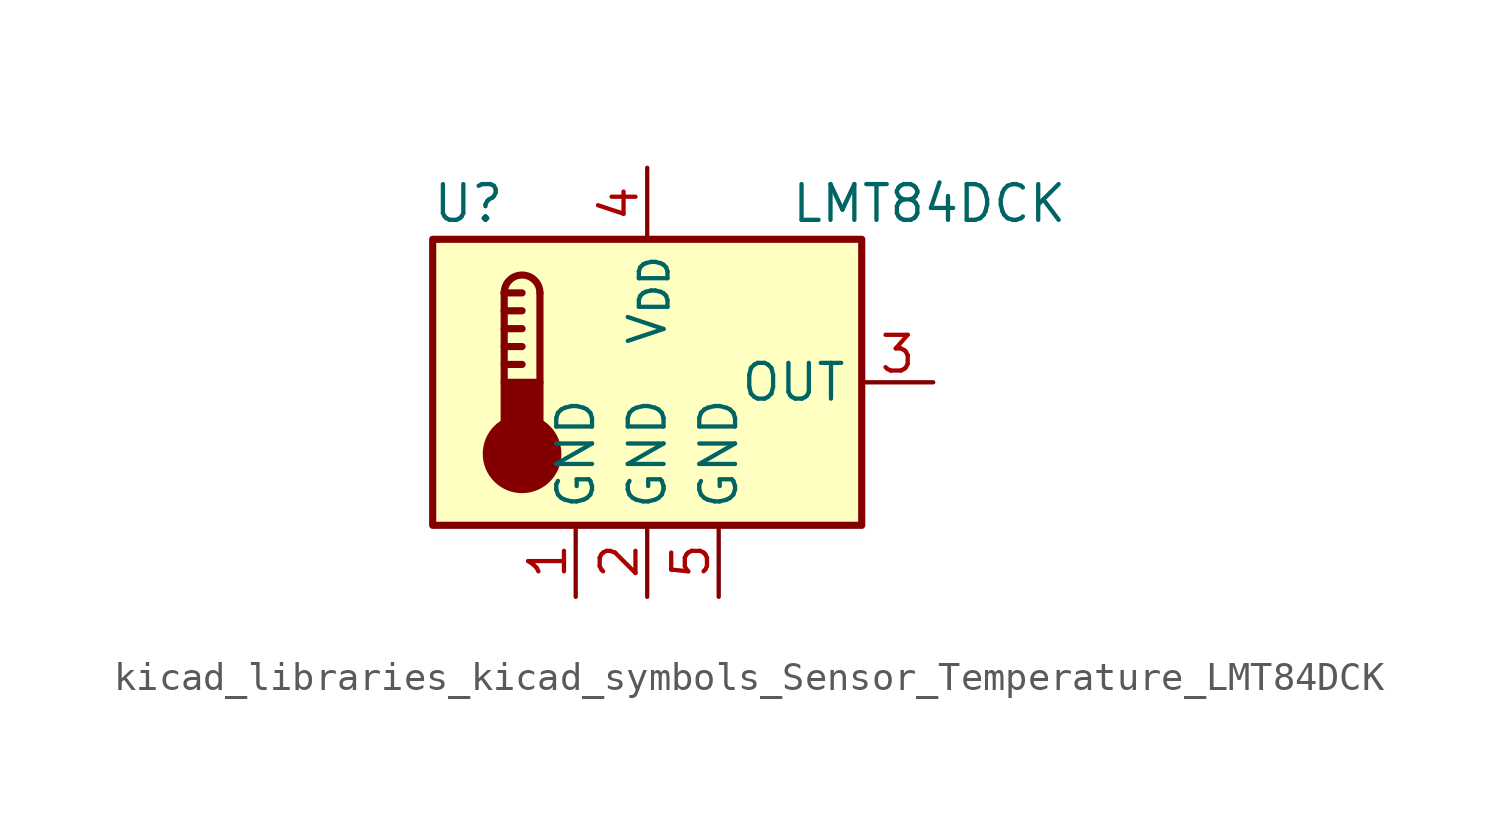
<source format=kicad_sym>
(kicad_symbol_lib
  (version 20220914)
  (generator kicad_symbol_editor)
  (symbol "kicad_libraries_kicad_symbols_Sensor_Temperature_LMT84DCK"
    (property "Reference" "U"
      (at -6.35 6.35 0)
      (effects (font (size 1.27 1.27))))
    (property "Value" "LMT84DCK"
      (at 5.08 6.35 0)
      (effects (font (size 1.27 1.27)) (justify left)))
    (symbol "kicad_libraries_kicad_symbols_Sensor_Temperature_LMT84DCK_0_1"
      (rectangle (start -7.62 5.08) (end 7.62 -5.08) (stroke (width 0.254) (type default)) (fill (type background)))
      (circle (center -4.445 -2.54) (radius 1.27) (stroke (width 0.254) (type default)) (fill (type outline)))
      (rectangle (start -3.81 -1.905) (end -5.08 0) (stroke (width 0.254) (type default)) (fill (type outline)))
      (arc (start -3.81 3.175) (mid -4.445 3.8073) (end -5.08 3.175) (stroke (width 0.254) (type default)) (fill (type none)))
      (polyline (pts (xy -5.08 0.635) (xy -4.445 0.635)) (stroke (width 0.254) (type default)) (fill (type none)))
      (polyline (pts (xy -5.08 1.27) (xy -4.445 1.27)) (stroke (width 0.254) (type default)) (fill (type none)))
      (polyline (pts (xy -5.08 1.905) (xy -4.445 1.905)) (stroke (width 0.254) (type default)) (fill (type none)))
      (polyline (pts (xy -5.08 2.54) (xy -4.445 2.54)) (stroke (width 0.254) (type default)) (fill (type none)))
      (polyline (pts (xy -5.08 3.175) (xy -5.08 0)) (stroke (width 0.254) (type default)) (fill (type none)))
      (polyline (pts (xy -5.08 3.175) (xy -4.445 3.175)) (stroke (width 0.254) (type default)) (fill (type none)))
      (polyline (pts (xy -3.81 3.175) (xy -3.81 0)) (stroke (width 0.254) (type default)) (fill (type none))))
    (symbol "kicad_libraries_kicad_symbols_Sensor_Temperature_LMT84DCK_1_1"
      (pin power_in line (at -2.54 -7.62 90) (length 2.54) (name "GND" (effects (font (size 1.27 1.27)))) (number "1" (effects (font (size 1.27 1.27)))))
      (pin power_in line (at 0 -7.62 90) (length 2.54) (name "GND" (effects (font (size 1.27 1.27)))) (number "2" (effects (font (size 1.27 1.27)))))
      (pin output line (at 10.16 0 180) (length 2.54) (name "OUT" (effects (font (size 1.27 1.27)))) (number "3" (effects (font (size 1.27 1.27)))))
      (pin power_in line (at 0 7.62 270) (length 2.54) (name "V_{DD}" (effects (font (size 1.27 1.27)))) (number "4" (effects (font (size 1.27 1.27)))))
      (pin power_in line (at 2.54 -7.62 90) (length 2.54) (name "GND" (effects (font (size 1.27 1.27)))) (number "5" (effects (font (size 1.27 1.27))))))))
</source>
